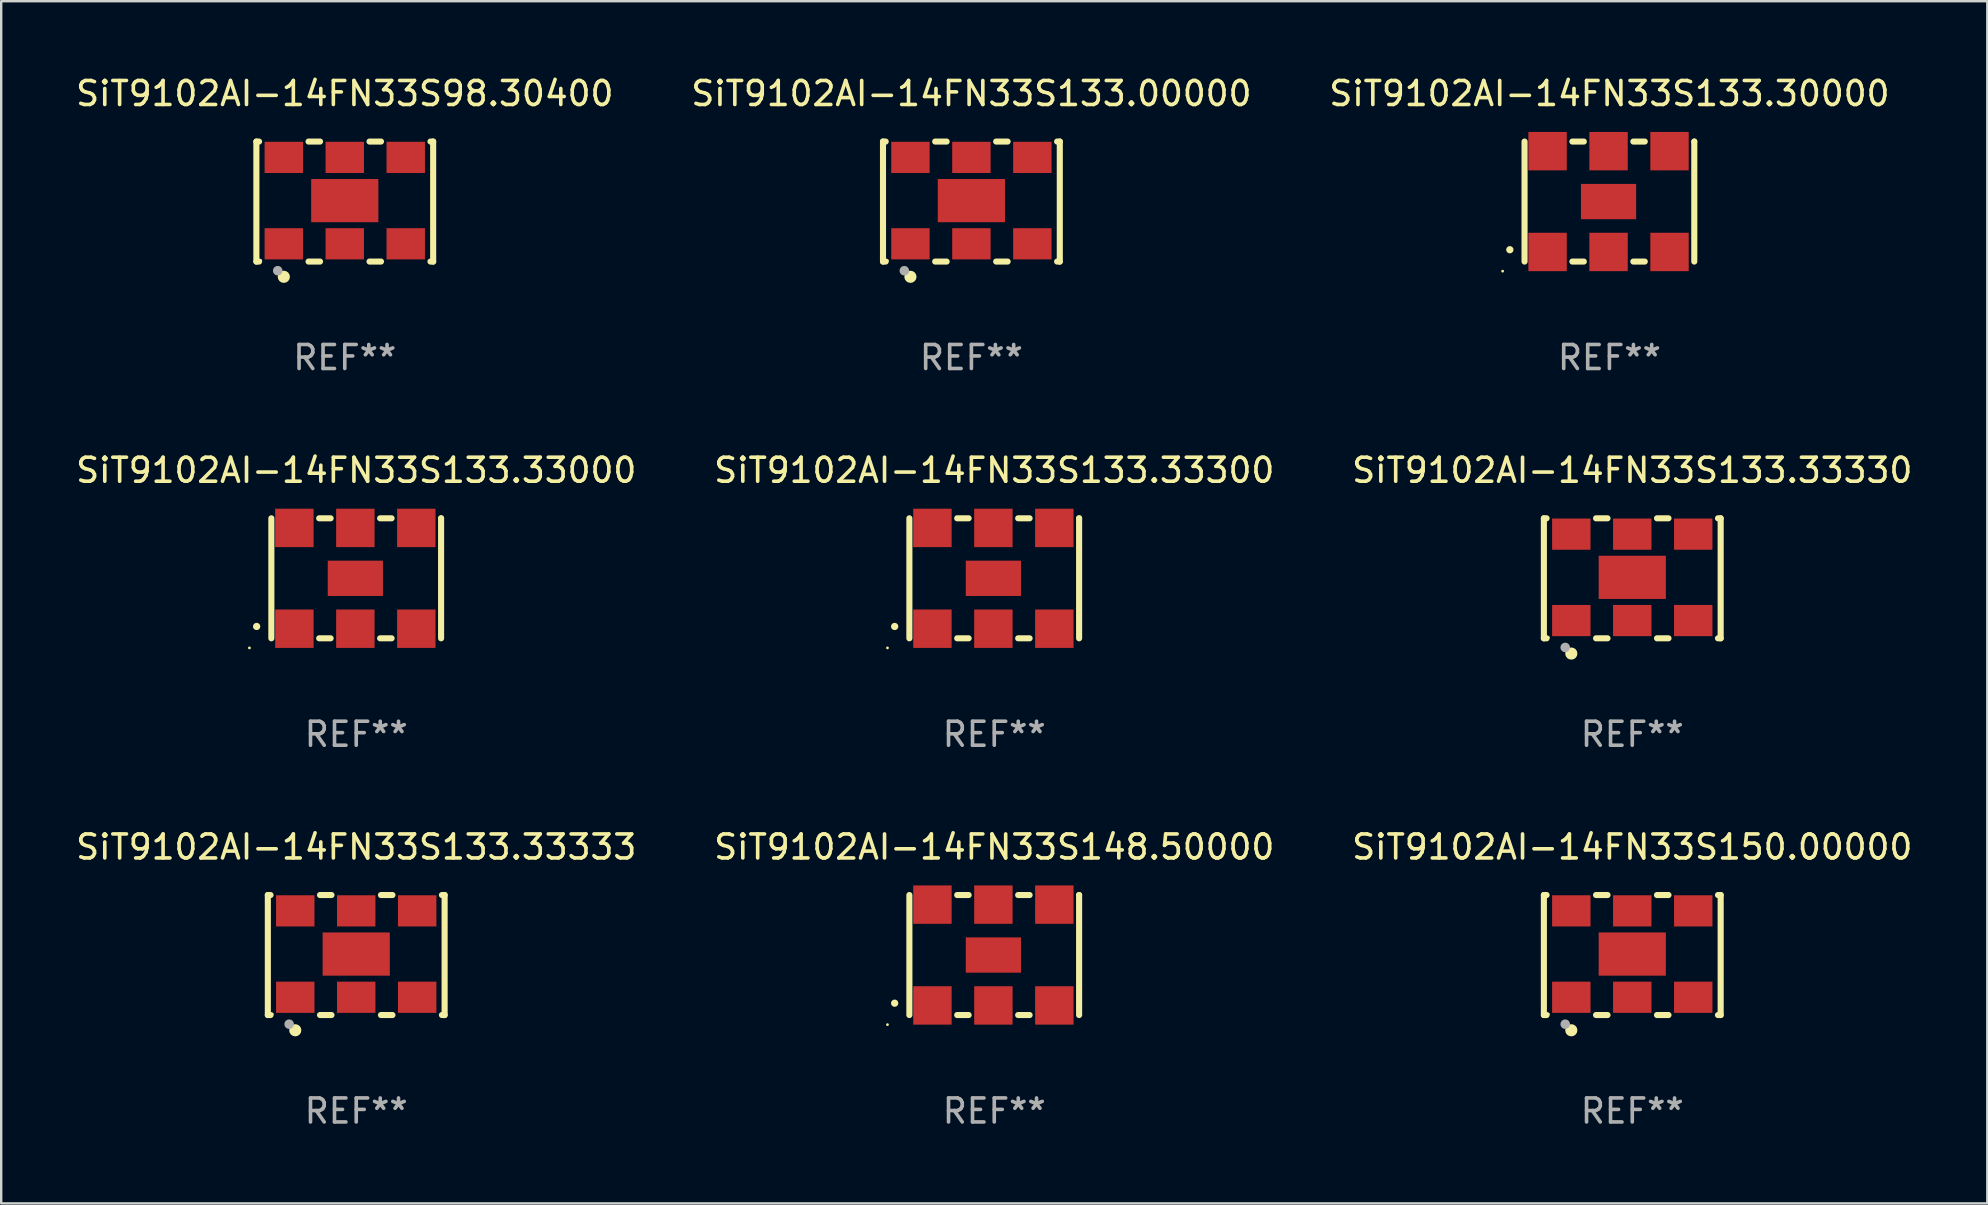
<source format=kicad_pcb>
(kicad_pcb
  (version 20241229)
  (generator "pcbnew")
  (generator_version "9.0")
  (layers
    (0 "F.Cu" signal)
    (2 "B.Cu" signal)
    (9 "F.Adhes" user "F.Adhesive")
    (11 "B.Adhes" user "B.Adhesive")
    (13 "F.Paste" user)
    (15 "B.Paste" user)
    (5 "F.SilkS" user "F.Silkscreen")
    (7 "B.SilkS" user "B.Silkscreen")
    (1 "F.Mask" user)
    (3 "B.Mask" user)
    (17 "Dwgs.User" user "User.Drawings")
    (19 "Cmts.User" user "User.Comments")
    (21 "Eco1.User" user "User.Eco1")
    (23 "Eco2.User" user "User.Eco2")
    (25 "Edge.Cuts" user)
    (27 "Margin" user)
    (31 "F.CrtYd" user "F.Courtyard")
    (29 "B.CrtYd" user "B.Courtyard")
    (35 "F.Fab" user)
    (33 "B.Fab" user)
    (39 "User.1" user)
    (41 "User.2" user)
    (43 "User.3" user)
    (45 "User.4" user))
  (footprint "SiT9102AI-14FN33S133.00000"
    (layer "F.Cu")
    (at 37.423 5.348)
    (property "Reference" "SiT9102AI-14FN33S133.00000" (at 0 -4.5 0) (layer "F.SilkS") (effects (font (size 1 1) (thickness 0.15))))
    (attr through_hole)
    (fp_line (start -3.683 -2.5) (end -3.571 -2.5) (stroke (width 0.254) (type solid)) (layer "F.SilkS"))
    (fp_line (start -3.683 2.5) (end -3.683 -2.5) (stroke (width 0.254) (type solid)) (layer "F.SilkS"))
    (fp_line (start -3.683 2.5) (end -3.571 2.5) (stroke (width 0.254) (type solid)) (layer "F.SilkS"))
    (fp_line (start -1.509 -2.5) (end -1.031 -2.5) (stroke (width 0.254) (type solid)) (layer "F.SilkS"))
    (fp_line (start -1.509 2.5) (end -1.031 2.5) (stroke (width 0.254) (type solid)) (layer "F.SilkS"))
    (fp_line (start 1.031 -2.5) (end 1.509 -2.5) (stroke (width 0.254) (type solid)) (layer "F.SilkS"))
    (fp_line (start 1.031 2.5) (end 1.509 2.5) (stroke (width 0.254) (type solid)) (layer "F.SilkS"))
    (fp_line (start 3.571 -2.5) (end 3.683 -2.5) (stroke (width 0.254) (type solid)) (layer "F.SilkS"))
    (fp_line (start 3.571 2.5) (end 3.683 2.5) (stroke (width 0.254) (type solid)) (layer "F.SilkS"))
    (fp_line (start 3.683 2.5) (end 3.683 -2.5) (stroke (width 0.254) (type solid)) (layer "F.SilkS"))
    (fp_circle (center -3.5 2.46) (end -3.47 2.46) (stroke (width 0.06) (type solid)) (fill no) (layer "F.SilkS"))
    (fp_circle (center -2.54 3.135) (end -2.413 3.135) (stroke (width 0.254) (type solid)) (fill no) (layer "F.SilkS"))
    (fp_circle (center -2.794 2.881) (end -2.694 2.881) (stroke (width 0.2) (type solid)) (fill no) (layer "F.Fab"))
    (fp_text user "REF**" (at 0 6.5 0) (layer "F.Fab") (effects (font (size 1 1) (thickness 0.15))))
    (pad "1" smd rect (at -2.54 1.76) (size 1.6 1.3) (layers "F.Cu" "F.Mask" "F.Paste"))
    (pad "2" smd rect (at 0 1.76) (size 1.6 1.3) (layers "F.Cu" "F.Mask" "F.Paste"))
    (pad "3" smd rect (at 2.54 1.76) (size 1.6 1.3) (layers "F.Cu" "F.Mask" "F.Paste"))
    (pad "4" smd rect (at 2.54 -1.84) (size 1.6 1.3) (layers "F.Cu" "F.Mask" "F.Paste"))
    (pad "5" smd rect (at 0 -1.84) (size 1.6 1.3) (layers "F.Cu" "F.Mask" "F.Paste"))
    (pad "6" smd rect (at -2.54 -1.84) (size 1.6 1.3) (layers "F.Cu" "F.Mask" "F.Paste"))
    (pad "7" smd rect (at 0 -0.04) (size 2.8 1.8) (layers "F.Cu" "F.Mask" "F.Paste")))
  (footprint "SiT9102AI-14FN33S133.33300"
    (layer "F.Cu")
    (at 38.375 21.045)
    (property "Reference" "SiT9102AI-14FN33S133.33300" (at 0 -4.5 0) (layer "F.SilkS") (effects (font (size 1 1) (thickness 0.15))))
    (attr through_hole)
    (fp_line (start -3.536 -2.5) (end -3.536 2.5) (stroke (width 0.254) (type solid)) (layer "F.SilkS"))
    (fp_line (start -1.544 2.5) (end -1.067 2.5) (stroke (width 0.254) (type solid)) (layer "F.SilkS"))
    (fp_line (start -1.067 -2.5) (end -1.544 -2.5) (stroke (width 0.254) (type solid)) (layer "F.SilkS"))
    (fp_line (start 0.996 2.5) (end 1.473 2.5) (stroke (width 0.254) (type solid)) (layer "F.SilkS"))
    (fp_line (start 1.473 -2.5) (end 0.996 -2.5) (stroke (width 0.254) (type solid)) (layer "F.SilkS"))
    (fp_line (start 3.536 -2.5) (end 3.536 -2.5) (stroke (width 0.254) (type solid)) (layer "F.SilkS"))
    (fp_line (start 3.536 2.5) (end 3.536 -2.5) (stroke (width 0.254) (type solid)) (layer "F.SilkS"))
    (fp_arc (start -4.150432 2.006604) (mid -4.149162 2.006599) (end -4.147892 2.006604) (stroke (width 0.3) (type solid)) (layer "F.SilkS"))
    (fp_circle (center -4.449 2.9) (end -4.419 2.9) (stroke (width 0.06) (type solid)) (fill no) (layer "F.SilkS"))
    (fp_text user "REF**" (at 0 6.5 0) (layer "F.Fab") (effects (font (size 1 1) (thickness 0.15))))
    (pad "1" smd rect (at -2.576 2.1) (size 1.6 1.6) (layers "F.Cu" "F.Mask" "F.Paste"))
    (pad "2" smd rect (at -0.036 2.1) (size 1.6 1.6) (layers "F.Cu" "F.Mask" "F.Paste"))
    (pad "3" smd rect (at 2.504 2.1) (size 1.6 1.6) (layers "F.Cu" "F.Mask" "F.Paste"))
    (pad "4" smd rect (at 2.504 -2.1) (size 1.6 1.6) (layers "F.Cu" "F.Mask" "F.Paste"))
    (pad "5" smd rect (at -0.036 -2.1) (size 1.6 1.6) (layers "F.Cu" "F.Mask" "F.Paste"))
    (pad "6" smd rect (at -2.576 -2.1) (size 1.6 1.6) (layers "F.Cu" "F.Mask" "F.Paste"))
    (pad "7" smd rect (at -0.036 0) (size 2.3 1.47) (layers "F.Cu" "F.Mask" "F.Paste")))
  (footprint "SiT9102AI-14FN33S133.30000"
    (layer "F.Cu")
    (at 64.006 5.348)
    (property "Reference" "SiT9102AI-14FN33S133.30000" (at 0 -4.5 0) (layer "F.SilkS") (effects (font (size 1 1) (thickness 0.15))))
    (attr through_hole)
    (fp_line (start -3.536 -2.5) (end -3.536 2.5) (stroke (width 0.254) (type solid)) (layer "F.SilkS"))
    (fp_line (start -1.544 2.5) (end -1.067 2.5) (stroke (width 0.254) (type solid)) (layer "F.SilkS"))
    (fp_line (start -1.067 -2.5) (end -1.544 -2.5) (stroke (width 0.254) (type solid)) (layer "F.SilkS"))
    (fp_line (start 0.996 2.5) (end 1.473 2.5) (stroke (width 0.254) (type solid)) (layer "F.SilkS"))
    (fp_line (start 1.473 -2.5) (end 0.996 -2.5) (stroke (width 0.254) (type solid)) (layer "F.SilkS"))
    (fp_line (start 3.536 -2.5) (end 3.536 -2.5) (stroke (width 0.254) (type solid)) (layer "F.SilkS"))
    (fp_line (start 3.536 2.5) (end 3.536 -2.5) (stroke (width 0.254) (type solid)) (layer "F.SilkS"))
    (fp_arc (start -4.150432 2.006604) (mid -4.149162 2.006599) (end -4.147892 2.006604) (stroke (width 0.3) (type solid)) (layer "F.SilkS"))
    (fp_circle (center -4.449 2.9) (end -4.419 2.9) (stroke (width 0.06) (type solid)) (fill no) (layer "F.SilkS"))
    (fp_text user "REF**" (at 0 6.5 0) (layer "F.Fab") (effects (font (size 1 1) (thickness 0.15))))
    (pad "1" smd rect (at -2.576 2.1) (size 1.6 1.6) (layers "F.Cu" "F.Mask" "F.Paste"))
    (pad "2" smd rect (at -0.036 2.1) (size 1.6 1.6) (layers "F.Cu" "F.Mask" "F.Paste"))
    (pad "3" smd rect (at 2.504 2.1) (size 1.6 1.6) (layers "F.Cu" "F.Mask" "F.Paste"))
    (pad "4" smd rect (at 2.504 -2.1) (size 1.6 1.6) (layers "F.Cu" "F.Mask" "F.Paste"))
    (pad "5" smd rect (at -0.036 -2.1) (size 1.6 1.6) (layers "F.Cu" "F.Mask" "F.Paste"))
    (pad "6" smd rect (at -2.576 -2.1) (size 1.6 1.6) (layers "F.Cu" "F.Mask" "F.Paste"))
    (pad "7" smd rect (at -0.036 0) (size 2.3 1.47) (layers "F.Cu" "F.Mask" "F.Paste")))
  (footprint "SiT9102AI-14FN33S150.00000"
    (layer "F.Cu")
    (at 64.958 36.741)
    (property "Reference" "SiT9102AI-14FN33S150.00000" (at 0 -4.5 0) (layer "F.SilkS") (effects (font (size 1 1) (thickness 0.15))))
    (attr through_hole)
    (fp_line (start -3.683 -2.5) (end -3.571 -2.5) (stroke (width 0.254) (type solid)) (layer "F.SilkS"))
    (fp_line (start -3.683 2.5) (end -3.683 -2.5) (stroke (width 0.254) (type solid)) (layer "F.SilkS"))
    (fp_line (start -3.683 2.5) (end -3.571 2.5) (stroke (width 0.254) (type solid)) (layer "F.SilkS"))
    (fp_line (start -1.509 -2.5) (end -1.031 -2.5) (stroke (width 0.254) (type solid)) (layer "F.SilkS"))
    (fp_line (start -1.509 2.5) (end -1.031 2.5) (stroke (width 0.254) (type solid)) (layer "F.SilkS"))
    (fp_line (start 1.031 -2.5) (end 1.509 -2.5) (stroke (width 0.254) (type solid)) (layer "F.SilkS"))
    (fp_line (start 1.031 2.5) (end 1.509 2.5) (stroke (width 0.254) (type solid)) (layer "F.SilkS"))
    (fp_line (start 3.571 -2.5) (end 3.683 -2.5) (stroke (width 0.254) (type solid)) (layer "F.SilkS"))
    (fp_line (start 3.571 2.5) (end 3.683 2.5) (stroke (width 0.254) (type solid)) (layer "F.SilkS"))
    (fp_line (start 3.683 2.5) (end 3.683 -2.5) (stroke (width 0.254) (type solid)) (layer "F.SilkS"))
    (fp_circle (center -3.5 2.46) (end -3.47 2.46) (stroke (width 0.06) (type solid)) (fill no) (layer "F.SilkS"))
    (fp_circle (center -2.54 3.135) (end -2.413 3.135) (stroke (width 0.254) (type solid)) (fill no) (layer "F.SilkS"))
    (fp_circle (center -2.794 2.881) (end -2.694 2.881) (stroke (width 0.2) (type solid)) (fill no) (layer "F.Fab"))
    (fp_text user "REF**" (at 0 6.5 0) (layer "F.Fab") (effects (font (size 1 1) (thickness 0.15))))
    (pad "1" smd rect (at -2.54 1.76) (size 1.6 1.3) (layers "F.Cu" "F.Mask" "F.Paste"))
    (pad "2" smd rect (at 0 1.76) (size 1.6 1.3) (layers "F.Cu" "F.Mask" "F.Paste"))
    (pad "3" smd rect (at 2.54 1.76) (size 1.6 1.3) (layers "F.Cu" "F.Mask" "F.Paste"))
    (pad "4" smd rect (at 2.54 -1.84) (size 1.6 1.3) (layers "F.Cu" "F.Mask" "F.Paste"))
    (pad "5" smd rect (at 0 -1.84) (size 1.6 1.3) (layers "F.Cu" "F.Mask" "F.Paste"))
    (pad "6" smd rect (at -2.54 -1.84) (size 1.6 1.3) (layers "F.Cu" "F.Mask" "F.Paste"))
    (pad "7" smd rect (at 0 -0.04) (size 2.8 1.8) (layers "F.Cu" "F.Mask" "F.Paste")))
  (footprint "SiT9102AI-14FN33S98.30400"
    (layer "F.Cu")
    (at 11.315 5.348)
    (property "Reference" "SiT9102AI-14FN33S98.30400" (at 0 -4.5 0) (layer "F.SilkS") (effects (font (size 1 1) (thickness 0.15))))
    (attr through_hole)
    (fp_line (start -3.683 -2.5) (end -3.571 -2.5) (stroke (width 0.254) (type solid)) (layer "F.SilkS"))
    (fp_line (start -3.683 2.5) (end -3.683 -2.5) (stroke (width 0.254) (type solid)) (layer "F.SilkS"))
    (fp_line (start -3.683 2.5) (end -3.571 2.5) (stroke (width 0.254) (type solid)) (layer "F.SilkS"))
    (fp_line (start -1.509 -2.5) (end -1.031 -2.5) (stroke (width 0.254) (type solid)) (layer "F.SilkS"))
    (fp_line (start -1.509 2.5) (end -1.031 2.5) (stroke (width 0.254) (type solid)) (layer "F.SilkS"))
    (fp_line (start 1.031 -2.5) (end 1.509 -2.5) (stroke (width 0.254) (type solid)) (layer "F.SilkS"))
    (fp_line (start 1.031 2.5) (end 1.509 2.5) (stroke (width 0.254) (type solid)) (layer "F.SilkS"))
    (fp_line (start 3.571 -2.5) (end 3.683 -2.5) (stroke (width 0.254) (type solid)) (layer "F.SilkS"))
    (fp_line (start 3.571 2.5) (end 3.683 2.5) (stroke (width 0.254) (type solid)) (layer "F.SilkS"))
    (fp_line (start 3.683 2.5) (end 3.683 -2.5) (stroke (width 0.254) (type solid)) (layer "F.SilkS"))
    (fp_circle (center -3.5 2.46) (end -3.47 2.46) (stroke (width 0.06) (type solid)) (fill no) (layer "F.SilkS"))
    (fp_circle (center -2.54 3.135) (end -2.413 3.135) (stroke (width 0.254) (type solid)) (fill no) (layer "F.SilkS"))
    (fp_circle (center -2.794 2.881) (end -2.694 2.881) (stroke (width 0.2) (type solid)) (fill no) (layer "F.Fab"))
    (fp_text user "REF**" (at 0 6.5 0) (layer "F.Fab") (effects (font (size 1 1) (thickness 0.15))))
    (pad "1" smd rect (at -2.54 1.76) (size 1.6 1.3) (layers "F.Cu" "F.Mask" "F.Paste"))
    (pad "2" smd rect (at 0 1.76) (size 1.6 1.3) (layers "F.Cu" "F.Mask" "F.Paste"))
    (pad "3" smd rect (at 2.54 1.76) (size 1.6 1.3) (layers "F.Cu" "F.Mask" "F.Paste"))
    (pad "4" smd rect (at 2.54 -1.84) (size 1.6 1.3) (layers "F.Cu" "F.Mask" "F.Paste"))
    (pad "5" smd rect (at 0 -1.84) (size 1.6 1.3) (layers "F.Cu" "F.Mask" "F.Paste"))
    (pad "6" smd rect (at -2.54 -1.84) (size 1.6 1.3) (layers "F.Cu" "F.Mask" "F.Paste"))
    (pad "7" smd rect (at 0 -0.04) (size 2.8 1.8) (layers "F.Cu" "F.Mask" "F.Paste")))
  (footprint "SiT9102AI-14FN33S148.50000"
    (layer "F.Cu")
    (at 38.375 36.741)
    (property "Reference" "SiT9102AI-14FN33S148.50000" (at 0 -4.5 0) (layer "F.SilkS") (effects (font (size 1 1) (thickness 0.15))))
    (attr through_hole)
    (fp_line (start -3.536 -2.5) (end -3.536 2.5) (stroke (width 0.254) (type solid)) (layer "F.SilkS"))
    (fp_line (start -1.544 2.5) (end -1.067 2.5) (stroke (width 0.254) (type solid)) (layer "F.SilkS"))
    (fp_line (start -1.067 -2.5) (end -1.544 -2.5) (stroke (width 0.254) (type solid)) (layer "F.SilkS"))
    (fp_line (start 0.996 2.5) (end 1.473 2.5) (stroke (width 0.254) (type solid)) (layer "F.SilkS"))
    (fp_line (start 1.473 -2.5) (end 0.996 -2.5) (stroke (width 0.254) (type solid)) (layer "F.SilkS"))
    (fp_line (start 3.536 -2.5) (end 3.536 -2.5) (stroke (width 0.254) (type solid)) (layer "F.SilkS"))
    (fp_line (start 3.536 2.5) (end 3.536 -2.5) (stroke (width 0.254) (type solid)) (layer "F.SilkS"))
    (fp_arc (start -4.150432 2.006604) (mid -4.149162 2.006599) (end -4.147892 2.006604) (stroke (width 0.3) (type solid)) (layer "F.SilkS"))
    (fp_circle (center -4.449 2.9) (end -4.419 2.9) (stroke (width 0.06) (type solid)) (fill no) (layer "F.SilkS"))
    (fp_text user "REF**" (at 0 6.5 0) (layer "F.Fab") (effects (font (size 1 1) (thickness 0.15))))
    (pad "1" smd rect (at -2.576 2.1) (size 1.6 1.6) (layers "F.Cu" "F.Mask" "F.Paste"))
    (pad "2" smd rect (at -0.036 2.1) (size 1.6 1.6) (layers "F.Cu" "F.Mask" "F.Paste"))
    (pad "3" smd rect (at 2.504 2.1) (size 1.6 1.6) (layers "F.Cu" "F.Mask" "F.Paste"))
    (pad "4" smd rect (at 2.504 -2.1) (size 1.6 1.6) (layers "F.Cu" "F.Mask" "F.Paste"))
    (pad "5" smd rect (at -0.036 -2.1) (size 1.6 1.6) (layers "F.Cu" "F.Mask" "F.Paste"))
    (pad "6" smd rect (at -2.576 -2.1) (size 1.6 1.6) (layers "F.Cu" "F.Mask" "F.Paste"))
    (pad "7" smd rect (at -0.036 0) (size 2.3 1.47) (layers "F.Cu" "F.Mask" "F.Paste")))
  (footprint "SiT9102AI-14FN33S133.33000"
    (layer "F.Cu")
    (at 11.792 21.045)
    (property "Reference" "SiT9102AI-14FN33S133.33000" (at 0 -4.5 0) (layer "F.SilkS") (effects (font (size 1 1) (thickness 0.15))))
    (attr through_hole)
    (fp_line (start -3.536 -2.5) (end -3.536 2.5) (stroke (width 0.254) (type solid)) (layer "F.SilkS"))
    (fp_line (start -1.544 2.5) (end -1.067 2.5) (stroke (width 0.254) (type solid)) (layer "F.SilkS"))
    (fp_line (start -1.067 -2.5) (end -1.544 -2.5) (stroke (width 0.254) (type solid)) (layer "F.SilkS"))
    (fp_line (start 0.996 2.5) (end 1.473 2.5) (stroke (width 0.254) (type solid)) (layer "F.SilkS"))
    (fp_line (start 1.473 -2.5) (end 0.996 -2.5) (stroke (width 0.254) (type solid)) (layer "F.SilkS"))
    (fp_line (start 3.536 -2.5) (end 3.536 -2.5) (stroke (width 0.254) (type solid)) (layer "F.SilkS"))
    (fp_line (start 3.536 2.5) (end 3.536 -2.5) (stroke (width 0.254) (type solid)) (layer "F.SilkS"))
    (fp_arc (start -4.150432 2.006604) (mid -4.149162 2.006599) (end -4.147892 2.006604) (stroke (width 0.3) (type solid)) (layer "F.SilkS"))
    (fp_circle (center -4.449 2.9) (end -4.419 2.9) (stroke (width 0.06) (type solid)) (fill no) (layer "F.SilkS"))
    (fp_text user "REF**" (at 0 6.5 0) (layer "F.Fab") (effects (font (size 1 1) (thickness 0.15))))
    (pad "1" smd rect (at -2.576 2.1) (size 1.6 1.6) (layers "F.Cu" "F.Mask" "F.Paste"))
    (pad "2" smd rect (at -0.036 2.1) (size 1.6 1.6) (layers "F.Cu" "F.Mask" "F.Paste"))
    (pad "3" smd rect (at 2.504 2.1) (size 1.6 1.6) (layers "F.Cu" "F.Mask" "F.Paste"))
    (pad "4" smd rect (at 2.504 -2.1) (size 1.6 1.6) (layers "F.Cu" "F.Mask" "F.Paste"))
    (pad "5" smd rect (at -0.036 -2.1) (size 1.6 1.6) (layers "F.Cu" "F.Mask" "F.Paste"))
    (pad "6" smd rect (at -2.576 -2.1) (size 1.6 1.6) (layers "F.Cu" "F.Mask" "F.Paste"))
    (pad "7" smd rect (at -0.036 0) (size 2.3 1.47) (layers "F.Cu" "F.Mask" "F.Paste")))
  (footprint "SiT9102AI-14FN33S133.33333"
    (layer "F.Cu")
    (at 11.792 36.741)
    (property "Reference" "SiT9102AI-14FN33S133.33333" (at 0 -4.5 0) (layer "F.SilkS") (effects (font (size 1 1) (thickness 0.15))))
    (attr through_hole)
    (fp_line (start -3.683 -2.5) (end -3.571 -2.5) (stroke (width 0.254) (type solid)) (layer "F.SilkS"))
    (fp_line (start -3.683 2.5) (end -3.683 -2.5) (stroke (width 0.254) (type solid)) (layer "F.SilkS"))
    (fp_line (start -3.683 2.5) (end -3.571 2.5) (stroke (width 0.254) (type solid)) (layer "F.SilkS"))
    (fp_line (start -1.509 -2.5) (end -1.031 -2.5) (stroke (width 0.254) (type solid)) (layer "F.SilkS"))
    (fp_line (start -1.509 2.5) (end -1.031 2.5) (stroke (width 0.254) (type solid)) (layer "F.SilkS"))
    (fp_line (start 1.031 -2.5) (end 1.509 -2.5) (stroke (width 0.254) (type solid)) (layer "F.SilkS"))
    (fp_line (start 1.031 2.5) (end 1.509 2.5) (stroke (width 0.254) (type solid)) (layer "F.SilkS"))
    (fp_line (start 3.571 -2.5) (end 3.683 -2.5) (stroke (width 0.254) (type solid)) (layer "F.SilkS"))
    (fp_line (start 3.571 2.5) (end 3.683 2.5) (stroke (width 0.254) (type solid)) (layer "F.SilkS"))
    (fp_line (start 3.683 2.5) (end 3.683 -2.5) (stroke (width 0.254) (type solid)) (layer "F.SilkS"))
    (fp_circle (center -3.5 2.46) (end -3.47 2.46) (stroke (width 0.06) (type solid)) (fill no) (layer "F.SilkS"))
    (fp_circle (center -2.54 3.135) (end -2.413 3.135) (stroke (width 0.254) (type solid)) (fill no) (layer "F.SilkS"))
    (fp_circle (center -2.794 2.881) (end -2.694 2.881) (stroke (width 0.2) (type solid)) (fill no) (layer "F.Fab"))
    (fp_text user "REF**" (at 0 6.5 0) (layer "F.Fab") (effects (font (size 1 1) (thickness 0.15))))
    (pad "1" smd rect (at -2.54 1.76) (size 1.6 1.3) (layers "F.Cu" "F.Mask" "F.Paste"))
    (pad "2" smd rect (at 0 1.76) (size 1.6 1.3) (layers "F.Cu" "F.Mask" "F.Paste"))
    (pad "3" smd rect (at 2.54 1.76) (size 1.6 1.3) (layers "F.Cu" "F.Mask" "F.Paste"))
    (pad "4" smd rect (at 2.54 -1.84) (size 1.6 1.3) (layers "F.Cu" "F.Mask" "F.Paste"))
    (pad "5" smd rect (at 0 -1.84) (size 1.6 1.3) (layers "F.Cu" "F.Mask" "F.Paste"))
    (pad "6" smd rect (at -2.54 -1.84) (size 1.6 1.3) (layers "F.Cu" "F.Mask" "F.Paste"))
    (pad "7" smd rect (at 0 -0.04) (size 2.8 1.8) (layers "F.Cu" "F.Mask" "F.Paste")))
  (footprint "SiT9102AI-14FN33S133.33330"
    (layer "F.Cu")
    (at 64.958 21.045)
    (property "Reference" "SiT9102AI-14FN33S133.33330" (at 0 -4.5 0) (layer "F.SilkS") (effects (font (size 1 1) (thickness 0.15))))
    (attr through_hole)
    (fp_line (start -3.683 -2.5) (end -3.571 -2.5) (stroke (width 0.254) (type solid)) (layer "F.SilkS"))
    (fp_line (start -3.683 2.5) (end -3.683 -2.5) (stroke (width 0.254) (type solid)) (layer "F.SilkS"))
    (fp_line (start -3.683 2.5) (end -3.571 2.5) (stroke (width 0.254) (type solid)) (layer "F.SilkS"))
    (fp_line (start -1.509 -2.5) (end -1.031 -2.5) (stroke (width 0.254) (type solid)) (layer "F.SilkS"))
    (fp_line (start -1.509 2.5) (end -1.031 2.5) (stroke (width 0.254) (type solid)) (layer "F.SilkS"))
    (fp_line (start 1.031 -2.5) (end 1.509 -2.5) (stroke (width 0.254) (type solid)) (layer "F.SilkS"))
    (fp_line (start 1.031 2.5) (end 1.509 2.5) (stroke (width 0.254) (type solid)) (layer "F.SilkS"))
    (fp_line (start 3.571 -2.5) (end 3.683 -2.5) (stroke (width 0.254) (type solid)) (layer "F.SilkS"))
    (fp_line (start 3.571 2.5) (end 3.683 2.5) (stroke (width 0.254) (type solid)) (layer "F.SilkS"))
    (fp_line (start 3.683 2.5) (end 3.683 -2.5) (stroke (width 0.254) (type solid)) (layer "F.SilkS"))
    (fp_circle (center -3.5 2.46) (end -3.47 2.46) (stroke (width 0.06) (type solid)) (fill no) (layer "F.SilkS"))
    (fp_circle (center -2.54 3.135) (end -2.413 3.135) (stroke (width 0.254) (type solid)) (fill no) (layer "F.SilkS"))
    (fp_circle (center -2.794 2.881) (end -2.694 2.881) (stroke (width 0.2) (type solid)) (fill no) (layer "F.Fab"))
    (fp_text user "REF**" (at 0 6.5 0) (layer "F.Fab") (effects (font (size 1 1) (thickness 0.15))))
    (pad "1" smd rect (at -2.54 1.76) (size 1.6 1.3) (layers "F.Cu" "F.Mask" "F.Paste"))
    (pad "2" smd rect (at 0 1.76) (size 1.6 1.3) (layers "F.Cu" "F.Mask" "F.Paste"))
    (pad "3" smd rect (at 2.54 1.76) (size 1.6 1.3) (layers "F.Cu" "F.Mask" "F.Paste"))
    (pad "4" smd rect (at 2.54 -1.84) (size 1.6 1.3) (layers "F.Cu" "F.Mask" "F.Paste"))
    (pad "5" smd rect (at 0 -1.84) (size 1.6 1.3) (layers "F.Cu" "F.Mask" "F.Paste"))
    (pad "6" smd rect (at -2.54 -1.84) (size 1.6 1.3) (layers "F.Cu" "F.Mask" "F.Paste"))
    (pad "7" smd rect (at 0 -0.04) (size 2.8 1.8) (layers "F.Cu" "F.Mask" "F.Paste")))
  (gr_rect
    (start -3 -3)
    (end 79.75 47.09)
    (stroke (width 0.1) (type default))
    (fill no)
    (layer "Edge.Cuts")))
</source>
